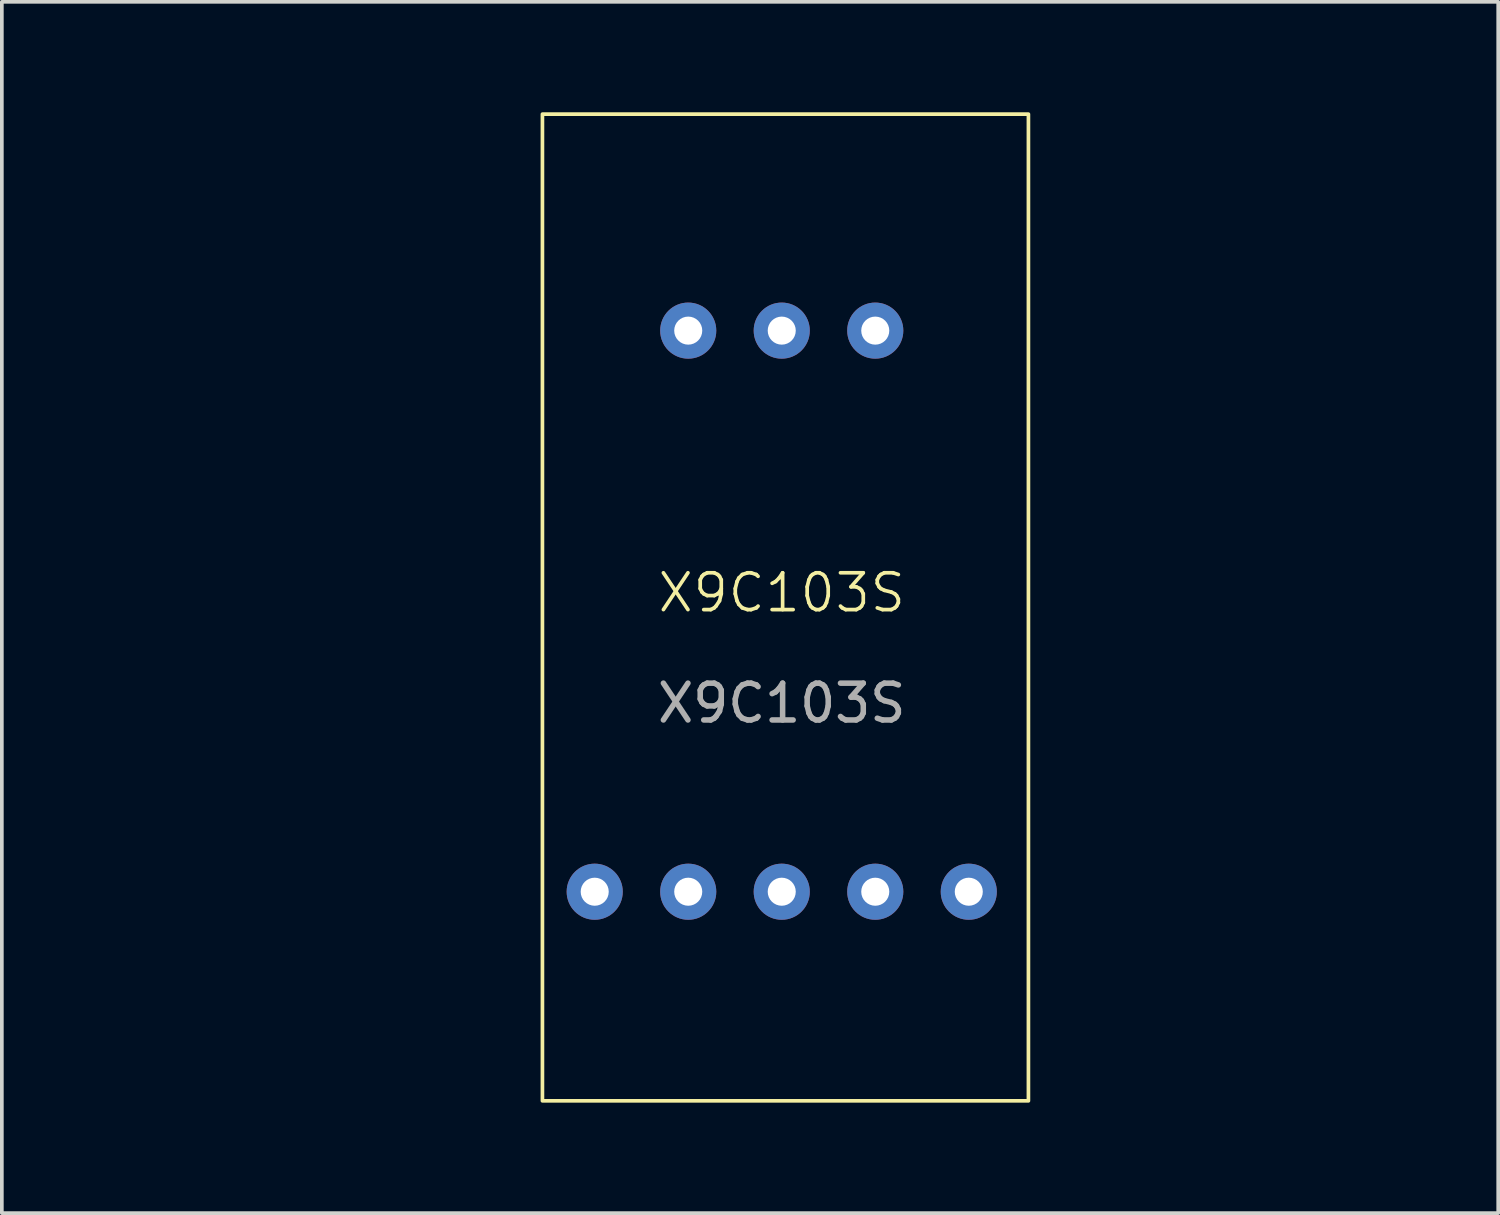
<source format=kicad_pcb>
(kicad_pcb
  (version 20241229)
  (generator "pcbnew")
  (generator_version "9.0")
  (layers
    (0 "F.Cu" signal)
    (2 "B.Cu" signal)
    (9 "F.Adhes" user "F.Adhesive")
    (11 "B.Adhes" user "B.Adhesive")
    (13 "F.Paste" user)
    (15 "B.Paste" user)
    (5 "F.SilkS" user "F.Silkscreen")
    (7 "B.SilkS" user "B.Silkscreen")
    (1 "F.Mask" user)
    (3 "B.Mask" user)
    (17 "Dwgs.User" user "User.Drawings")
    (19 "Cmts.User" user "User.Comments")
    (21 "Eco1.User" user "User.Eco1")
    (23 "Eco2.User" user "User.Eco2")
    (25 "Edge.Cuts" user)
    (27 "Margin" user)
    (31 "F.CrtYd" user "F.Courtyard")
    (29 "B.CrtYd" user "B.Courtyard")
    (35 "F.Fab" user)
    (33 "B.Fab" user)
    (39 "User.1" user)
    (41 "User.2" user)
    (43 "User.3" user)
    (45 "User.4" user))
  (footprint "X9C103S"
    (layer "F.Cu")
    (at 18.183 13.55)
    (property "Reference" "X9C103S" (at 0 -0.5 0) (unlocked yes) (layer "F.SilkS") (effects (font (size 1 1) (thickness 0.1))))
    (attr through_hole)
    (fp_rect (start -6.5 -13.5) (end 6.7 13.3) (stroke (width 0.1) (type default)) (fill no) (layer "F.SilkS"))
    (fp_text user "${REFERENCE}" (at 0 2.5 0) (unlocked yes) (layer "F.Fab") (effects (font (size 1 1) (thickness 0.15))))
    (dimension (type aligned) (layer "User.2") (pts (xy 24.883 26.85) (xy 24.883 0.05)) (height 6) (format (prefix "") (suffix "") (units 3) (units_format 1) (precision 4)) (style (thickness 0.1) (arrow_length 1.27) (text_position_mode 0) (arrow_direction outward) (extension_height 0.586) (extension_offset 0.5) (keep_text_aligned yes)) (gr_text "26.8000 mm" (at 29.783 13.45 90) (layer "User.2") (effects (font (size 1 1) (thickness 0.1)))))
    (dimension (type aligned) (layer "User.2") (pts (xy 18.183 5.93) (xy 18.183 21.17)) (height 12.7) (format (prefix "") (suffix "") (units 3) (units_format 1) (precision 4) (override_value "14,400")) (style (thickness 0.1) (arrow_length 1.27) (text_position_mode 0) (arrow_direction outward) (extension_height 0.586) (extension_offset 0.5) (keep_text_aligned yes)) (gr_text "14,400 mm" (at 4.383 13.55 90) (layer "User.2") (effects (font (size 1 1) (thickness 0.1)))))
    (pad "1" thru_hole circle (at 0 7.62) (size 1.524 1.524) (drill 0.762) (layers "*.Cu" "*.Mask"))
    (pad "2" thru_hole circle (at 2.54 7.62) (size 1.524 1.524) (drill 0.762) (layers "*.Cu" "*.Mask"))
    (pad "3" thru_hole circle (at 2.54 -7.62) (size 1.524 1.524) (drill 0.762) (layers "*.Cu" "*.Mask"))
    (pad "4" thru_hole circle (at 5.08 7.62) (size 1.524 1.524) (drill 0.762) (layers "*.Cu" "*.Mask"))
    (pad "5" thru_hole circle (at 0 -7.62) (size 1.524 1.524) (drill 0.762) (layers "*.Cu" "*.Mask"))
    (pad "6" thru_hole circle (at -2.54 -7.62) (size 1.524 1.524) (drill 0.762) (layers "*.Cu" "*.Mask"))
    (pad "7" thru_hole circle (at -2.54 7.62) (size 1.524 1.524) (drill 0.762) (layers "*.Cu" "*.Mask"))
    (pad "8" thru_hole circle (at -5.08 7.62) (size 1.524 1.524) (drill 0.762) (layers "*.Cu" "*.Mask")))
  (gr_rect
    (start -3 -3)
    (end 37.643 29.9)
    (stroke (width 0.1) (type default))
    (fill no)
    (layer "Edge.Cuts")))
</source>
